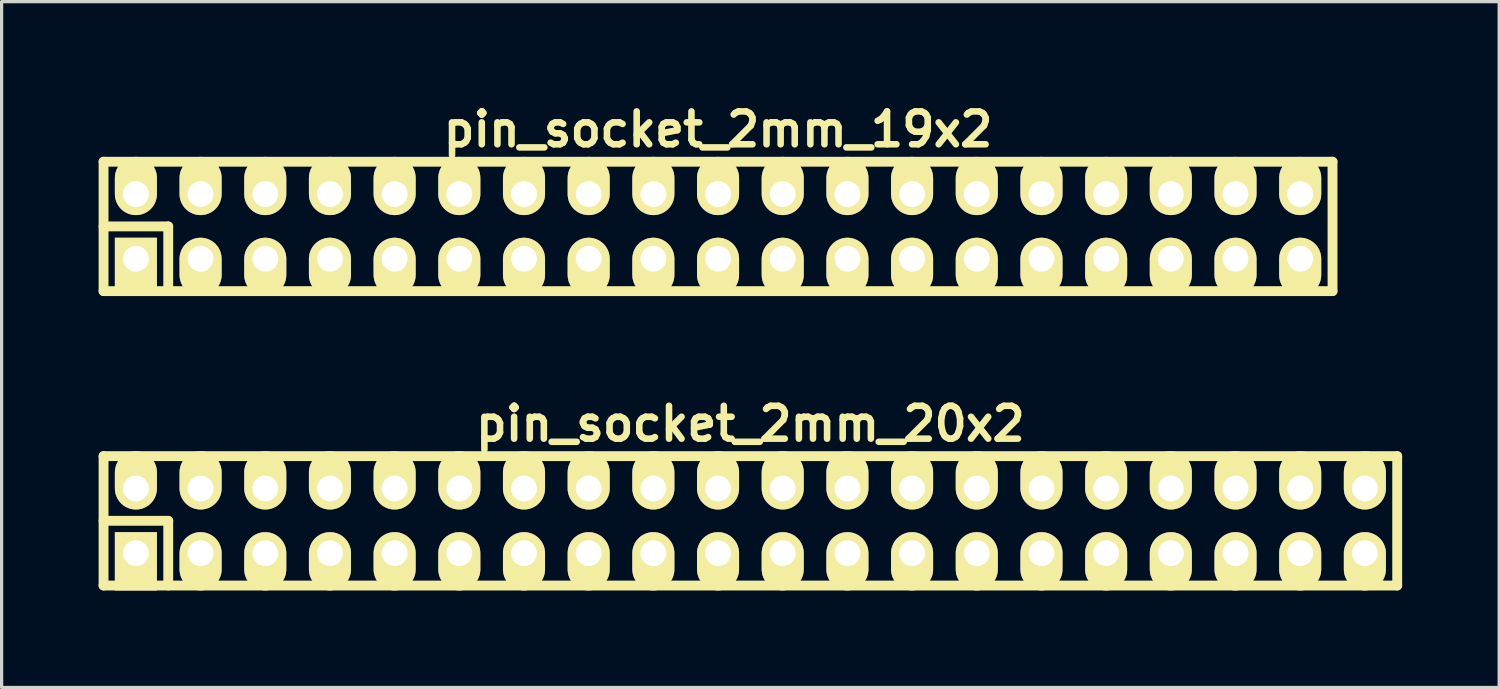
<source format=kicad_pcb>
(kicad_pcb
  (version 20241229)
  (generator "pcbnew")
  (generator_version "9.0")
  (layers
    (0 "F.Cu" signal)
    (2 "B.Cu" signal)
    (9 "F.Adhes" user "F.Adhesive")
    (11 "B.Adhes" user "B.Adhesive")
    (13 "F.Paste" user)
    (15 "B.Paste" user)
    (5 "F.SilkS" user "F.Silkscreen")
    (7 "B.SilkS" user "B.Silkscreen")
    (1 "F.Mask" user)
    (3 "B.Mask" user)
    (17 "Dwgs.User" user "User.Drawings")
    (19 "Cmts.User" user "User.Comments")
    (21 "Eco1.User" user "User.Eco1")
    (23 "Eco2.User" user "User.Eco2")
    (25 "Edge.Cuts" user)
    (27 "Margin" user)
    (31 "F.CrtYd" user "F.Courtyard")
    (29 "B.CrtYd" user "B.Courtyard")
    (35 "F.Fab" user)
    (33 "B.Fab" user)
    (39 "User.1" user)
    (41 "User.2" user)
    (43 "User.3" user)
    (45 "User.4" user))
  (footprint "pin_socket_2mm_19x2"
    (layer "F.Cu")
    (at 19.152 3.951)
    (property "Reference" "pin_socket_2mm_19x2" (at 0 -3 0) (layer "F.SilkS") (effects (font (size 1.016 1.016) (thickness 0.203))))
    (attr through_hole)
    (fp_line (start -19 -2) (end 19 -2) (stroke (width 0.305) (type solid)) (layer "F.SilkS"))
    (fp_line (start -19 0) (end -17 0) (stroke (width 0.305) (type solid)) (layer "F.SilkS"))
    (fp_line (start -19 2) (end -19 -2) (stroke (width 0.305) (type solid)) (layer "F.SilkS"))
    (fp_line (start -17 0) (end -17 2) (stroke (width 0.305) (type solid)) (layer "F.SilkS"))
    (fp_line (start 19 -2) (end 19 2) (stroke (width 0.305) (type solid)) (layer "F.SilkS"))
    (fp_line (start 19 2) (end -19 2) (stroke (width 0.305) (type solid)) (layer "F.SilkS"))
    (pad "1" thru_hole rect (at -18 1) (size 1.3 1.8) (drill 0.8 (offset 0 0.25)) (layers "*.Cu" "*.Mask" "F.SilkS"))
    (pad "2" thru_hole oval (at -18 -1) (size 1.3 1.8) (drill 0.8 (offset 0 -0.25)) (layers "*.Cu" "*.Mask" "F.SilkS"))
    (pad "3" thru_hole oval (at -16 1) (size 1.3 1.8) (drill 0.8 (offset 0 0.25)) (layers "*.Cu" "*.Mask" "F.SilkS"))
    (pad "4" thru_hole oval (at -16 -1) (size 1.3 1.8) (drill 0.8 (offset 0 -0.25)) (layers "*.Cu" "*.Mask" "F.SilkS"))
    (pad "5" thru_hole oval (at -14 1) (size 1.3 1.8) (drill 0.8 (offset 0 0.25)) (layers "*.Cu" "*.Mask" "F.SilkS"))
    (pad "6" thru_hole oval (at -14 -1) (size 1.3 1.8) (drill 0.8 (offset 0 -0.25)) (layers "*.Cu" "*.Mask" "F.SilkS"))
    (pad "7" thru_hole oval (at -12 1) (size 1.3 1.8) (drill 0.8 (offset 0 0.25)) (layers "*.Cu" "*.Mask" "F.SilkS"))
    (pad "8" thru_hole oval (at -12 -1) (size 1.3 1.8) (drill 0.8 (offset 0 -0.25)) (layers "*.Cu" "*.Mask" "F.SilkS"))
    (pad "9" thru_hole oval (at -10 1) (size 1.3 1.8) (drill 0.8 (offset 0 0.25)) (layers "*.Cu" "*.Mask" "F.SilkS"))
    (pad "10" thru_hole oval (at -10 -1) (size 1.3 1.8) (drill 0.8 (offset 0 -0.25)) (layers "*.Cu" "*.Mask" "F.SilkS"))
    (pad "11" thru_hole oval (at -8 1) (size 1.3 1.8) (drill 0.8 (offset 0 0.25)) (layers "*.Cu" "*.Mask" "F.SilkS"))
    (pad "12" thru_hole oval (at -8 -1) (size 1.3 1.8) (drill 0.8 (offset 0 -0.25)) (layers "*.Cu" "*.Mask" "F.SilkS"))
    (pad "13" thru_hole oval (at -6 1) (size 1.3 1.8) (drill 0.8 (offset 0 0.25)) (layers "*.Cu" "*.Mask" "F.SilkS"))
    (pad "14" thru_hole oval (at -6 -1) (size 1.3 1.8) (drill 0.8 (offset 0 -0.25)) (layers "*.Cu" "*.Mask" "F.SilkS"))
    (pad "15" thru_hole oval (at -4 1) (size 1.3 1.8) (drill 0.8 (offset 0 0.25)) (layers "*.Cu" "*.Mask" "F.SilkS"))
    (pad "16" thru_hole oval (at -4 -1) (size 1.3 1.8) (drill 0.8 (offset 0 -0.25)) (layers "*.Cu" "*.Mask" "F.SilkS"))
    (pad "17" thru_hole oval (at -2 1) (size 1.3 1.8) (drill 0.8 (offset 0 0.25)) (layers "*.Cu" "*.Mask" "F.SilkS"))
    (pad "18" thru_hole oval (at -2 -1) (size 1.3 1.8) (drill 0.8 (offset 0 -0.25)) (layers "*.Cu" "*.Mask" "F.SilkS"))
    (pad "19" thru_hole oval (at 0 1) (size 1.3 1.8) (drill 0.8 (offset 0 0.25)) (layers "*.Cu" "*.Mask" "F.SilkS"))
    (pad "20" thru_hole oval (at 0 -1) (size 1.3 1.8) (drill 0.8 (offset 0 -0.25)) (layers "*.Cu" "*.Mask" "F.SilkS"))
    (pad "21" thru_hole oval (at 2 1) (size 1.3 1.8) (drill 0.8 (offset 0 0.25)) (layers "*.Cu" "*.Mask" "F.SilkS"))
    (pad "22" thru_hole oval (at 2 -1) (size 1.3 1.8) (drill 0.8 (offset 0 -0.25)) (layers "*.Cu" "*.Mask" "F.SilkS"))
    (pad "23" thru_hole oval (at 4 1) (size 1.3 1.8) (drill 0.8 (offset 0 0.25)) (layers "*.Cu" "*.Mask" "F.SilkS"))
    (pad "24" thru_hole oval (at 4 -1) (size 1.3 1.8) (drill 0.8 (offset 0 -0.25)) (layers "*.Cu" "*.Mask" "F.SilkS"))
    (pad "25" thru_hole oval (at 6 1) (size 1.3 1.8) (drill 0.8 (offset 0 0.25)) (layers "*.Cu" "*.Mask" "F.SilkS"))
    (pad "26" thru_hole oval (at 6 -1) (size 1.3 1.8) (drill 0.8 (offset 0 -0.25)) (layers "*.Cu" "*.Mask" "F.SilkS"))
    (pad "27" thru_hole oval (at 8 1) (size 1.3 1.8) (drill 0.8 (offset 0 0.25)) (layers "*.Cu" "*.Mask" "F.SilkS"))
    (pad "28" thru_hole oval (at 8 -1) (size 1.3 1.8) (drill 0.8 (offset 0 -0.25)) (layers "*.Cu" "*.Mask" "F.SilkS"))
    (pad "29" thru_hole oval (at 10 1) (size 1.3 1.8) (drill 0.8 (offset 0 0.25)) (layers "*.Cu" "*.Mask" "F.SilkS"))
    (pad "30" thru_hole oval (at 10 -1) (size 1.3 1.8) (drill 0.8 (offset 0 -0.25)) (layers "*.Cu" "*.Mask" "F.SilkS"))
    (pad "31" thru_hole oval (at 12 1) (size 1.3 1.8) (drill 0.8 (offset 0 0.25)) (layers "*.Cu" "*.Mask" "F.SilkS"))
    (pad "32" thru_hole oval (at 12 -1) (size 1.3 1.8) (drill 0.8 (offset 0 -0.25)) (layers "*.Cu" "*.Mask" "F.SilkS"))
    (pad "33" thru_hole oval (at 14 1) (size 1.3 1.8) (drill 0.8 (offset 0 0.25)) (layers "*.Cu" "*.Mask" "F.SilkS"))
    (pad "34" thru_hole oval (at 14 -1) (size 1.3 1.8) (drill 0.8 (offset 0 -0.25)) (layers "*.Cu" "*.Mask" "F.SilkS"))
    (pad "35" thru_hole oval (at 16 1) (size 1.3 1.8) (drill 0.8 (offset 0 0.25)) (layers "*.Cu" "*.Mask" "F.SilkS"))
    (pad "36" thru_hole oval (at 16 -1) (size 1.3 1.8) (drill 0.8 (offset 0 -0.25)) (layers "*.Cu" "*.Mask" "F.SilkS"))
    (pad "37" thru_hole oval (at 18 1) (size 1.3 1.8) (drill 0.8 (offset 0 0.25)) (layers "*.Cu" "*.Mask" "F.SilkS"))
    (pad "38" thru_hole oval (at 18 -1) (size 1.3 1.8) (drill 0.8 (offset 0 -0.25)) (layers "*.Cu" "*.Mask" "F.SilkS")))
  (footprint "pin_socket_2mm_20x2"
    (layer "F.Cu")
    (at 20.152 13.054)
    (property "Reference" "pin_socket_2mm_20x2" (at 0 -3 0) (layer "F.SilkS") (effects (font (size 1.016 1.016) (thickness 0.203))))
    (attr through_hole)
    (fp_line (start -20 -2) (end 20 -2) (stroke (width 0.305) (type solid)) (layer "F.SilkS"))
    (fp_line (start -20 0) (end -18 0) (stroke (width 0.305) (type solid)) (layer "F.SilkS"))
    (fp_line (start -20 2) (end -20 -2) (stroke (width 0.305) (type solid)) (layer "F.SilkS"))
    (fp_line (start -18 0) (end -18 2) (stroke (width 0.305) (type solid)) (layer "F.SilkS"))
    (fp_line (start 20 -2) (end 20 2) (stroke (width 0.305) (type solid)) (layer "F.SilkS"))
    (fp_line (start 20 2) (end -20 2) (stroke (width 0.305) (type solid)) (layer "F.SilkS"))
    (pad "1" thru_hole rect (at -19 1) (size 1.3 1.8) (drill 0.8 (offset 0 0.25)) (layers "*.Cu" "*.Mask" "F.SilkS"))
    (pad "2" thru_hole oval (at -19 -1) (size 1.3 1.8) (drill 0.8 (offset 0 -0.25)) (layers "*.Cu" "*.Mask" "F.SilkS"))
    (pad "3" thru_hole oval (at -17 1) (size 1.3 1.8) (drill 0.8 (offset 0 0.25)) (layers "*.Cu" "*.Mask" "F.SilkS"))
    (pad "4" thru_hole oval (at -17 -1) (size 1.3 1.8) (drill 0.8 (offset 0 -0.25)) (layers "*.Cu" "*.Mask" "F.SilkS"))
    (pad "5" thru_hole oval (at -15 1) (size 1.3 1.8) (drill 0.8 (offset 0 0.25)) (layers "*.Cu" "*.Mask" "F.SilkS"))
    (pad "6" thru_hole oval (at -15 -1) (size 1.3 1.8) (drill 0.8 (offset 0 -0.25)) (layers "*.Cu" "*.Mask" "F.SilkS"))
    (pad "7" thru_hole oval (at -13 1) (size 1.3 1.8) (drill 0.8 (offset 0 0.25)) (layers "*.Cu" "*.Mask" "F.SilkS"))
    (pad "8" thru_hole oval (at -13 -1) (size 1.3 1.8) (drill 0.8 (offset 0 -0.25)) (layers "*.Cu" "*.Mask" "F.SilkS"))
    (pad "9" thru_hole oval (at -11 1) (size 1.3 1.8) (drill 0.8 (offset 0 0.25)) (layers "*.Cu" "*.Mask" "F.SilkS"))
    (pad "10" thru_hole oval (at -11 -1) (size 1.3 1.8) (drill 0.8 (offset 0 -0.25)) (layers "*.Cu" "*.Mask" "F.SilkS"))
    (pad "11" thru_hole oval (at -9 1) (size 1.3 1.8) (drill 0.8 (offset 0 0.25)) (layers "*.Cu" "*.Mask" "F.SilkS"))
    (pad "12" thru_hole oval (at -9 -1) (size 1.3 1.8) (drill 0.8 (offset 0 -0.25)) (layers "*.Cu" "*.Mask" "F.SilkS"))
    (pad "13" thru_hole oval (at -7 1) (size 1.3 1.8) (drill 0.8 (offset 0 0.25)) (layers "*.Cu" "*.Mask" "F.SilkS"))
    (pad "14" thru_hole oval (at -7 -1) (size 1.3 1.8) (drill 0.8 (offset 0 -0.25)) (layers "*.Cu" "*.Mask" "F.SilkS"))
    (pad "15" thru_hole oval (at -5 1) (size 1.3 1.8) (drill 0.8 (offset 0 0.25)) (layers "*.Cu" "*.Mask" "F.SilkS"))
    (pad "16" thru_hole oval (at -5 -1) (size 1.3 1.8) (drill 0.8 (offset 0 -0.25)) (layers "*.Cu" "*.Mask" "F.SilkS"))
    (pad "17" thru_hole oval (at -3 1) (size 1.3 1.8) (drill 0.8 (offset 0 0.25)) (layers "*.Cu" "*.Mask" "F.SilkS"))
    (pad "18" thru_hole oval (at -3 -1) (size 1.3 1.8) (drill 0.8 (offset 0 -0.25)) (layers "*.Cu" "*.Mask" "F.SilkS"))
    (pad "19" thru_hole oval (at -1 1) (size 1.3 1.8) (drill 0.8 (offset 0 0.25)) (layers "*.Cu" "*.Mask" "F.SilkS"))
    (pad "20" thru_hole oval (at -1 -1) (size 1.3 1.8) (drill 0.8 (offset 0 -0.25)) (layers "*.Cu" "*.Mask" "F.SilkS"))
    (pad "21" thru_hole oval (at 1 1) (size 1.3 1.8) (drill 0.8 (offset 0 0.25)) (layers "*.Cu" "*.Mask" "F.SilkS"))
    (pad "22" thru_hole oval (at 1 -1) (size 1.3 1.8) (drill 0.8 (offset 0 -0.25)) (layers "*.Cu" "*.Mask" "F.SilkS"))
    (pad "23" thru_hole oval (at 3 1) (size 1.3 1.8) (drill 0.8 (offset 0 0.25)) (layers "*.Cu" "*.Mask" "F.SilkS"))
    (pad "24" thru_hole oval (at 3 -1) (size 1.3 1.8) (drill 0.8 (offset 0 -0.25)) (layers "*.Cu" "*.Mask" "F.SilkS"))
    (pad "25" thru_hole oval (at 5 1) (size 1.3 1.8) (drill 0.8 (offset 0 0.25)) (layers "*.Cu" "*.Mask" "F.SilkS"))
    (pad "26" thru_hole oval (at 5 -1) (size 1.3 1.8) (drill 0.8 (offset 0 -0.25)) (layers "*.Cu" "*.Mask" "F.SilkS"))
    (pad "27" thru_hole oval (at 7 1) (size 1.3 1.8) (drill 0.8 (offset 0 0.25)) (layers "*.Cu" "*.Mask" "F.SilkS"))
    (pad "28" thru_hole oval (at 7 -1) (size 1.3 1.8) (drill 0.8 (offset 0 -0.25)) (layers "*.Cu" "*.Mask" "F.SilkS"))
    (pad "29" thru_hole oval (at 9 1) (size 1.3 1.8) (drill 0.8 (offset 0 0.25)) (layers "*.Cu" "*.Mask" "F.SilkS"))
    (pad "30" thru_hole oval (at 9 -1) (size 1.3 1.8) (drill 0.8 (offset 0 -0.25)) (layers "*.Cu" "*.Mask" "F.SilkS"))
    (pad "31" thru_hole oval (at 11 1) (size 1.3 1.8) (drill 0.8 (offset 0 0.25)) (layers "*.Cu" "*.Mask" "F.SilkS"))
    (pad "32" thru_hole oval (at 11 -1) (size 1.3 1.8) (drill 0.8 (offset 0 -0.25)) (layers "*.Cu" "*.Mask" "F.SilkS"))
    (pad "33" thru_hole oval (at 13 1) (size 1.3 1.8) (drill 0.8 (offset 0 0.25)) (layers "*.Cu" "*.Mask" "F.SilkS"))
    (pad "34" thru_hole oval (at 13 -1) (size 1.3 1.8) (drill 0.8 (offset 0 -0.25)) (layers "*.Cu" "*.Mask" "F.SilkS"))
    (pad "35" thru_hole oval (at 15 1) (size 1.3 1.8) (drill 0.8 (offset 0 0.25)) (layers "*.Cu" "*.Mask" "F.SilkS"))
    (pad "36" thru_hole oval (at 15 -1) (size 1.3 1.8) (drill 0.8 (offset 0 -0.25)) (layers "*.Cu" "*.Mask" "F.SilkS"))
    (pad "37" thru_hole oval (at 17 1) (size 1.3 1.8) (drill 0.8 (offset 0 0.25)) (layers "*.Cu" "*.Mask" "F.SilkS"))
    (pad "38" thru_hole oval (at 17 -1) (size 1.3 1.8) (drill 0.8 (offset 0 -0.25)) (layers "*.Cu" "*.Mask" "F.SilkS"))
    (pad "39" thru_hole oval (at 19 1) (size 1.3 1.8) (drill 0.8 (offset 0 0.25)) (layers "*.Cu" "*.Mask" "F.SilkS"))
    (pad "40" thru_hole oval (at 19 -1) (size 1.3 1.8) (drill 0.8 (offset 0 -0.25)) (layers "*.Cu" "*.Mask" "F.SilkS")))
  (gr_rect
    (start -3 -3)
    (end 43.305 18.207)
    (stroke (width 0.1) (type default))
    (fill no)
    (layer "Edge.Cuts")))
</source>
